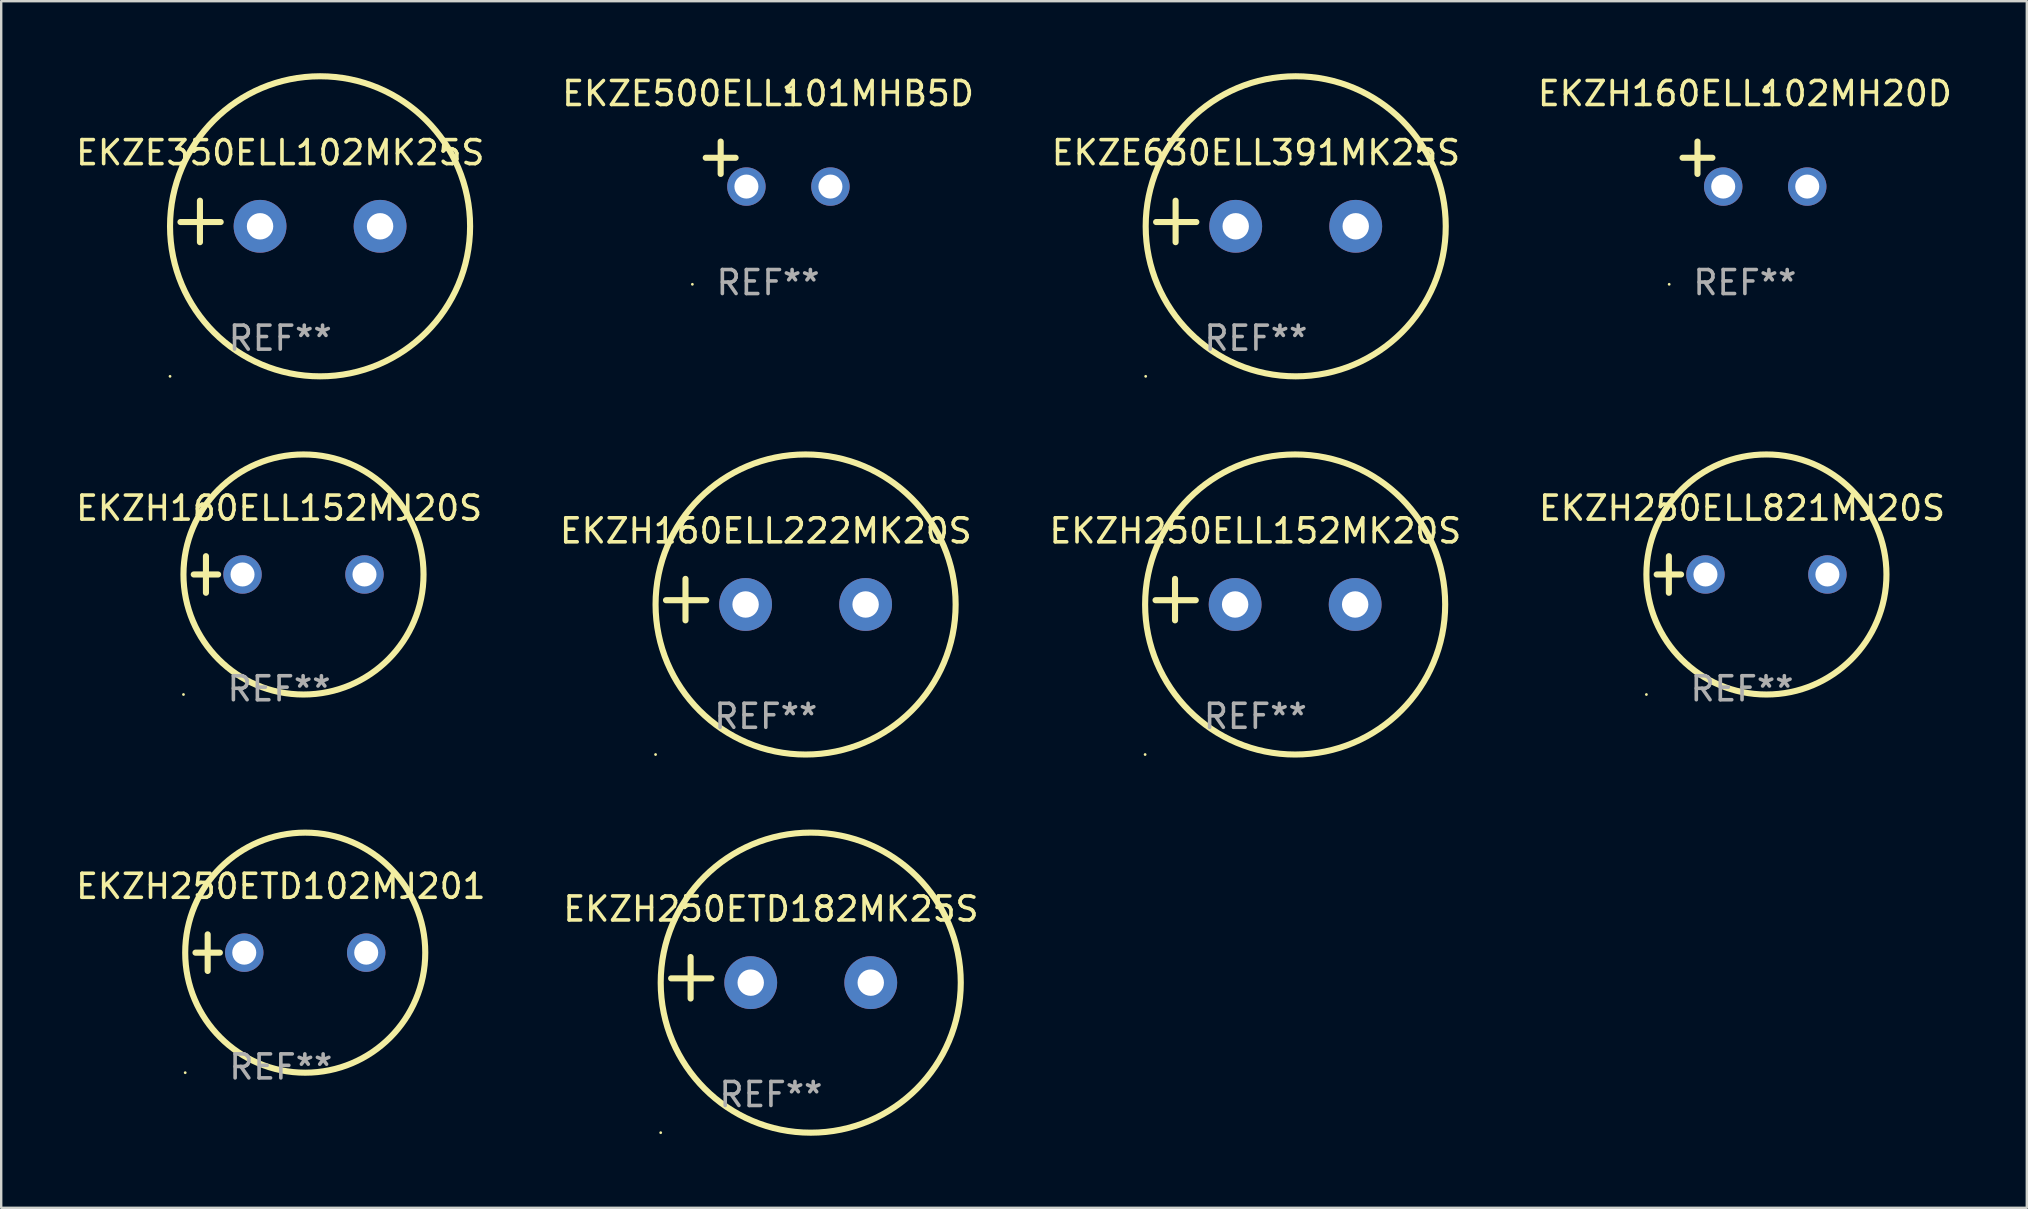
<source format=kicad_pcb>
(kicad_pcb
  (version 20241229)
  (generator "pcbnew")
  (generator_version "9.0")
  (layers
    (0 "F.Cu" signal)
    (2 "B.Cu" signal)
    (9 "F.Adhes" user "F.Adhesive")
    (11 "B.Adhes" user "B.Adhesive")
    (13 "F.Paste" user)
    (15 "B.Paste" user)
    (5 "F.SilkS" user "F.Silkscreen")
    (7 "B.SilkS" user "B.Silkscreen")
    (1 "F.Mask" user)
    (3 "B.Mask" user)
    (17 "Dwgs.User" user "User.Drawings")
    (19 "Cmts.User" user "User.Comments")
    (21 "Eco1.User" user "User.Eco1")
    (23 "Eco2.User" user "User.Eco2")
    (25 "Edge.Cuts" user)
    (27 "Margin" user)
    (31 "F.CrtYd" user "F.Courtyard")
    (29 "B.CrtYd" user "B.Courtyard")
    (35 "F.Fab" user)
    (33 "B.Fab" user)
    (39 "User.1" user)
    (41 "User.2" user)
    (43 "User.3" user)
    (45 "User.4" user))
  (footprint "EKZH160ELL152MJ20S"
    (layer "F.Cu")
    (at 8.577 20.881)
    (property "Reference" "EKZH160ELL152MJ20S" (at 0 -2.762 0) (layer "F.SilkS") (effects (font (size 1 1) (thickness 0.15))))
    (attr through_hole)
    (fp_line (start -3.556 0) (end -2.54 0) (stroke (width 0.254) (type solid)) (layer "F.SilkS"))
    (fp_line (start -3.048 -0.762) (end -3.048 0.762) (stroke (width 0.254) (type solid)) (layer "F.SilkS"))
    (fp_circle (center -3.984 5) (end -3.954 5) (stroke (width 0.06) (type solid)) (fill no) (layer "F.SilkS"))
    (fp_circle (center 1.016 0) (end 6.016 0) (stroke (width 0.254) (type solid)) (fill no) (layer "F.SilkS"))
    (fp_text user "REF**" (at 0 4.762 0) (layer "F.Fab") (effects (font (size 1 1) (thickness 0.15))))
    (pad "1" thru_hole circle (at -1.524 0) (size 1.6 1.6) (drill 1) (layers "*.Cu" "*.Mask"))
    (pad "2" thru_hole circle (at 3.556 0) (size 1.6 1.6) (drill 1) (layers "*.Cu" "*.Mask")))
  (footprint "EKZH250ELL152MK20S"
    (layer "F.Cu")
    (at 49.244 21.928)
    (property "Reference" "EKZH250ELL152MK20S" (at 0 -2.864 0) (layer "F.SilkS") (effects (font (size 1 1) (thickness 0.15))))
    (attr through_hole)
    (fp_line (start -3.346 0.864) (end -3.346 -0.864) (stroke (width 0.254) (type solid)) (layer "F.SilkS"))
    (fp_line (start -2.482 0.025) (end -4.158 0.025) (stroke (width 0.254) (type solid)) (layer "F.SilkS"))
    (fp_circle (center -4.592 6.453) (end -4.562 6.453) (stroke (width 0.06) (type solid)) (fill no) (layer "F.SilkS"))
    (fp_circle (center 1.658 0.203) (end 7.908 0.203) (stroke (width 0.254) (type solid)) (fill no) (layer "F.SilkS"))
    (fp_text user "REF**" (at 0 4.864 0) (layer "F.Fab") (effects (font (size 1 1) (thickness 0.15))))
    (pad "1" thru_hole circle (at -0.842 0.203) (size 2.2 2.2) (drill 1.1) (layers "*.Cu" "*.Mask"))
    (pad "2" thru_hole circle (at 4.158 0.203) (size 2.2 2.2) (drill 1.1) (layers "*.Cu" "*.Mask")))
  (footprint "EKZE500ELL101MHB5D"
    (layer "F.Cu")
    (at 28.946 3.785)
    (property "Reference" "EKZE500ELL101MHB5D" (at 0 -2.937 0) (layer "F.SilkS") (effects (font (size 1 1) (thickness 0.15))))
    (attr through_hole)
    (fp_line (start -1.975 0.41) (end -1.975 -0.937) (stroke (width 0.254) (type solid)) (layer "F.SilkS"))
    (fp_line (start -1.353 -0.263) (end -2.597 -0.263) (stroke (width 0.254) (type solid)) (layer "F.SilkS"))
    (fp_arc (start 0.849809 -3.063957) (mid 0.885369 -3.064114) (end 0.920929 -3.063957) (stroke (width 0.254001) (type solid)) (layer "F.SilkS"))
    (fp_circle (center -3.154 5.008) (end -3.124 5.008) (stroke (width 0.06) (type solid)) (fill no) (layer "F.SilkS"))
    (fp_text user "REF**" (at 0 4.937 0) (layer "F.Fab") (effects (font (size 1 1) (thickness 0.15))))
    (pad "1" thru_hole circle (at -0.903 0.937) (size 1.6 1.6) (drill 1) (layers "*.Cu" "*.Mask"))
    (pad "2" thru_hole circle (at 2.597 0.937) (size 1.6 1.6) (drill 1) (layers "*.Cu" "*.Mask")))
  (footprint "EKZH250ELL821MJ20S"
    (layer "F.Cu")
    (at 69.518 20.881)
    (property "Reference" "EKZH250ELL821MJ20S" (at 0 -2.762 0) (layer "F.SilkS") (effects (font (size 1 1) (thickness 0.15))))
    (attr through_hole)
    (fp_line (start -3.556 0) (end -2.54 0) (stroke (width 0.254) (type solid)) (layer "F.SilkS"))
    (fp_line (start -3.048 -0.762) (end -3.048 0.762) (stroke (width 0.254) (type solid)) (layer "F.SilkS"))
    (fp_circle (center -3.984 5) (end -3.954 5) (stroke (width 0.06) (type solid)) (fill no) (layer "F.SilkS"))
    (fp_circle (center 1.016 0) (end 6.016 0) (stroke (width 0.254) (type solid)) (fill no) (layer "F.SilkS"))
    (fp_text user "REF**" (at 0 4.762 0) (layer "F.Fab") (effects (font (size 1 1) (thickness 0.15))))
    (pad "1" thru_hole circle (at -1.524 0) (size 1.6 1.6) (drill 1) (layers "*.Cu" "*.Mask"))
    (pad "2" thru_hole circle (at 3.556 0) (size 1.6 1.6) (drill 1) (layers "*.Cu" "*.Mask")))
  (footprint "EKZE350ELL102MK25S"
    (layer "F.Cu")
    (at 8.625 6.174)
    (property "Reference" "EKZE350ELL102MK25S" (at 0 -2.864 0) (layer "F.SilkS") (effects (font (size 1 1) (thickness 0.15))))
    (attr through_hole)
    (fp_line (start -3.346 0.864) (end -3.346 -0.864) (stroke (width 0.254) (type solid)) (layer "F.SilkS"))
    (fp_line (start -2.482 0.025) (end -4.158 0.025) (stroke (width 0.254) (type solid)) (layer "F.SilkS"))
    (fp_circle (center -4.592 6.453) (end -4.562 6.453) (stroke (width 0.06) (type solid)) (fill no) (layer "F.SilkS"))
    (fp_circle (center 1.658 0.203) (end 7.908 0.203) (stroke (width 0.254) (type solid)) (fill no) (layer "F.SilkS"))
    (fp_text user "REF**" (at 0 4.864 0) (layer "F.Fab") (effects (font (size 1 1) (thickness 0.15))))
    (pad "1" thru_hole circle (at -0.842 0.203) (size 2.2 2.2) (drill 1.1) (layers "*.Cu" "*.Mask"))
    (pad "2" thru_hole circle (at 4.158 0.203) (size 2.2 2.2) (drill 1.1) (layers "*.Cu" "*.Mask")))
  (footprint "EKZH250ETD102MJ201"
    (layer "F.Cu")
    (at 8.649 36.635)
    (property "Reference" "EKZH250ETD102MJ201" (at 0 -2.762 0) (layer "F.SilkS") (effects (font (size 1 1) (thickness 0.15))))
    (attr through_hole)
    (fp_line (start -3.556 0) (end -2.54 0) (stroke (width 0.254) (type solid)) (layer "F.SilkS"))
    (fp_line (start -3.048 -0.762) (end -3.048 0.762) (stroke (width 0.254) (type solid)) (layer "F.SilkS"))
    (fp_circle (center -3.984 5) (end -3.954 5) (stroke (width 0.06) (type solid)) (fill no) (layer "F.SilkS"))
    (fp_circle (center 1.016 0) (end 6.016 0) (stroke (width 0.254) (type solid)) (fill no) (layer "F.SilkS"))
    (fp_text user "REF**" (at 0 4.762 0) (layer "F.Fab") (effects (font (size 1 1) (thickness 0.15))))
    (pad "1" thru_hole circle (at -1.524 0) (size 1.6 1.6) (drill 1) (layers "*.Cu" "*.Mask"))
    (pad "2" thru_hole circle (at 3.556 0) (size 1.6 1.6) (drill 1) (layers "*.Cu" "*.Mask")))
  (footprint "EKZH250ETD182MK25S"
    (layer "F.Cu")
    (at 29.065 37.681)
    (property "Reference" "EKZH250ETD182MK25S" (at 0 -2.864 0) (layer "F.SilkS") (effects (font (size 1 1) (thickness 0.15))))
    (attr through_hole)
    (fp_line (start -3.346 0.864) (end -3.346 -0.864) (stroke (width 0.254) (type solid)) (layer "F.SilkS"))
    (fp_line (start -2.482 0.025) (end -4.158 0.025) (stroke (width 0.254) (type solid)) (layer "F.SilkS"))
    (fp_circle (center -4.592 6.453) (end -4.562 6.453) (stroke (width 0.06) (type solid)) (fill no) (layer "F.SilkS"))
    (fp_circle (center 1.658 0.203) (end 7.908 0.203) (stroke (width 0.254) (type solid)) (fill no) (layer "F.SilkS"))
    (fp_text user "REF**" (at 0 4.864 0) (layer "F.Fab") (effects (font (size 1 1) (thickness 0.15))))
    (pad "1" thru_hole circle (at -0.842 0.203) (size 2.2 2.2) (drill 1.1) (layers "*.Cu" "*.Mask"))
    (pad "2" thru_hole circle (at 4.158 0.203) (size 2.2 2.2) (drill 1.1) (layers "*.Cu" "*.Mask")))
  (footprint "EKZE630ELL391MK25S"
    (layer "F.Cu")
    (at 49.268 6.174)
    (property "Reference" "EKZE630ELL391MK25S" (at 0 -2.864 0) (layer "F.SilkS") (effects (font (size 1 1) (thickness 0.15))))
    (attr through_hole)
    (fp_line (start -3.346 0.864) (end -3.346 -0.864) (stroke (width 0.254) (type solid)) (layer "F.SilkS"))
    (fp_line (start -2.482 0.025) (end -4.158 0.025) (stroke (width 0.254) (type solid)) (layer "F.SilkS"))
    (fp_circle (center -4.592 6.453) (end -4.562 6.453) (stroke (width 0.06) (type solid)) (fill no) (layer "F.SilkS"))
    (fp_circle (center 1.658 0.203) (end 7.908 0.203) (stroke (width 0.254) (type solid)) (fill no) (layer "F.SilkS"))
    (fp_text user "REF**" (at 0 4.864 0) (layer "F.Fab") (effects (font (size 1 1) (thickness 0.15))))
    (pad "1" thru_hole circle (at -0.842 0.203) (size 2.2 2.2) (drill 1.1) (layers "*.Cu" "*.Mask"))
    (pad "2" thru_hole circle (at 4.158 0.203) (size 2.2 2.2) (drill 1.1) (layers "*.Cu" "*.Mask")))
  (footprint "EKZH160ELL222MK20S"
    (layer "F.Cu")
    (at 28.851 21.928)
    (property "Reference" "EKZH160ELL222MK20S" (at 0 -2.864 0) (layer "F.SilkS") (effects (font (size 1 1) (thickness 0.15))))
    (attr through_hole)
    (fp_line (start -3.346 0.864) (end -3.346 -0.864) (stroke (width 0.254) (type solid)) (layer "F.SilkS"))
    (fp_line (start -2.482 0.025) (end -4.158 0.025) (stroke (width 0.254) (type solid)) (layer "F.SilkS"))
    (fp_circle (center -4.592 6.453) (end -4.562 6.453) (stroke (width 0.06) (type solid)) (fill no) (layer "F.SilkS"))
    (fp_circle (center 1.658 0.203) (end 7.908 0.203) (stroke (width 0.254) (type solid)) (fill no) (layer "F.SilkS"))
    (fp_text user "REF**" (at 0 4.864 0) (layer "F.Fab") (effects (font (size 1 1) (thickness 0.15))))
    (pad "1" thru_hole circle (at -0.842 0.203) (size 2.2 2.2) (drill 1.1) (layers "*.Cu" "*.Mask"))
    (pad "2" thru_hole circle (at 4.158 0.203) (size 2.2 2.2) (drill 1.1) (layers "*.Cu" "*.Mask")))
  (footprint "EKZH160ELL102MH20D"
    (layer "F.Cu")
    (at 69.637 3.785)
    (property "Reference" "EKZH160ELL102MH20D" (at 0 -2.937 0) (layer "F.SilkS") (effects (font (size 1 1) (thickness 0.15))))
    (attr through_hole)
    (fp_line (start -1.975 0.41) (end -1.975 -0.937) (stroke (width 0.254) (type solid)) (layer "F.SilkS"))
    (fp_line (start -1.353 -0.263) (end -2.597 -0.263) (stroke (width 0.254) (type solid)) (layer "F.SilkS"))
    (fp_arc (start 0.849809 -3.063957) (mid 0.885369 -3.064114) (end 0.920929 -3.063957) (stroke (width 0.254001) (type solid)) (layer "F.SilkS"))
    (fp_circle (center -3.154 5.008) (end -3.124 5.008) (stroke (width 0.06) (type solid)) (fill no) (layer "F.SilkS"))
    (fp_text user "REF**" (at 0 4.937 0) (layer "F.Fab") (effects (font (size 1 1) (thickness 0.15))))
    (pad "1" thru_hole circle (at -0.903 0.937) (size 1.6 1.6) (drill 1) (layers "*.Cu" "*.Mask"))
    (pad "2" thru_hole circle (at 2.597 0.937) (size 1.6 1.6) (drill 1) (layers "*.Cu" "*.Mask")))
  (gr_rect
    (start -3 -3)
    (end 81.381 47.262)
    (stroke (width 0.1) (type default))
    (fill no)
    (layer "Edge.Cuts")))
</source>
